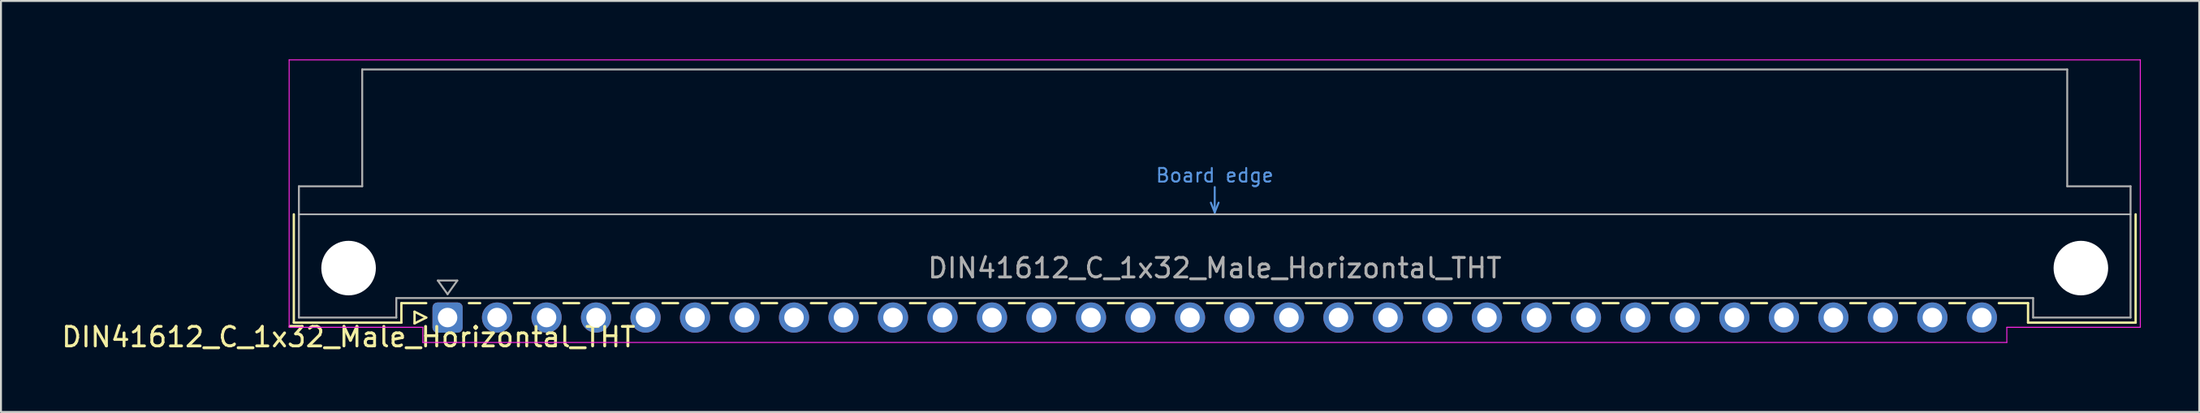
<source format=kicad_pcb>
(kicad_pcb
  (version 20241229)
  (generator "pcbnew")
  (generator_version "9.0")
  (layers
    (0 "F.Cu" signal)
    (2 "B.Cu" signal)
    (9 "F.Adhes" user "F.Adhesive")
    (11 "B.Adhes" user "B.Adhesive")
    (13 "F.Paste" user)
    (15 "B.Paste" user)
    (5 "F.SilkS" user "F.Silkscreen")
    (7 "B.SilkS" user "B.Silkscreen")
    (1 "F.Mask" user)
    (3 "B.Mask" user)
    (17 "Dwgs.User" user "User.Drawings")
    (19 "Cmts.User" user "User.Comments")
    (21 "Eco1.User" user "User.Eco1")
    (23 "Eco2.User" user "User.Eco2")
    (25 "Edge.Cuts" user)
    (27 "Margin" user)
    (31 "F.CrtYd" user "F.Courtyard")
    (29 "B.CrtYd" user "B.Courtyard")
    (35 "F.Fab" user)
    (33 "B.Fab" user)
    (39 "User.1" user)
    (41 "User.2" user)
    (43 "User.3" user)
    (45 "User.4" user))
  (footprint "DIN41612_C_1x32_Male_Horizontal_THT"
    (layer "F.Cu")
    (at 19.919 13.255)
    (property "Reference" "DIN41612_C_1x32_Male_Horizontal_THT" (at -5.08 1 0) (layer "F.SilkS") (effects (font (size 1 1) (thickness 0.15))))
    (attr through_hole)
    (fp_line (start -7.89 -5.3) (end -7.89 0.26) (stroke (width 0.12) (type solid)) (layer "F.SilkS"))
    (fp_line (start -7.89 0.26) (end -2.37 0.26) (stroke (width 0.12) (type solid)) (layer "F.SilkS"))
    (fp_line (start -2.371 -0.74) (end -1.095 -0.74) (stroke (width 0.12) (type solid)) (layer "F.SilkS"))
    (fp_line (start -2.37 0.26) (end -2.37 -0.74) (stroke (width 0.12) (type solid)) (layer "F.SilkS"))
    (fp_line (start -1.695 -0.3) (end -1.695 0.3) (stroke (width 0.12) (type solid)) (layer "F.SilkS"))
    (fp_line (start -1.695 0.3) (end -1.095 0) (stroke (width 0.12) (type solid)) (layer "F.SilkS"))
    (fp_line (start -1.095 0) (end -1.695 -0.3) (stroke (width 0.12) (type solid)) (layer "F.SilkS"))
    (fp_line (start 1.095 -0.74) (end 1.671 -0.74) (stroke (width 0.12) (type solid)) (layer "F.SilkS"))
    (fp_line (start 3.41 -0.74) (end 4.211 -0.74) (stroke (width 0.12) (type solid)) (layer "F.SilkS"))
    (fp_line (start 5.95 -0.74) (end 6.751 -0.74) (stroke (width 0.12) (type solid)) (layer "F.SilkS"))
    (fp_line (start 8.49 -0.74) (end 9.291 -0.74) (stroke (width 0.12) (type solid)) (layer "F.SilkS"))
    (fp_line (start 11.03 -0.74) (end 11.831 -0.74) (stroke (width 0.12) (type solid)) (layer "F.SilkS"))
    (fp_line (start 13.57 -0.74) (end 14.371 -0.74) (stroke (width 0.12) (type solid)) (layer "F.SilkS"))
    (fp_line (start 16.11 -0.74) (end 16.911 -0.74) (stroke (width 0.12) (type solid)) (layer "F.SilkS"))
    (fp_line (start 18.65 -0.74) (end 19.451 -0.74) (stroke (width 0.12) (type solid)) (layer "F.SilkS"))
    (fp_line (start 21.19 -0.74) (end 21.991 -0.74) (stroke (width 0.12) (type solid)) (layer "F.SilkS"))
    (fp_line (start 23.73 -0.74) (end 24.531 -0.74) (stroke (width 0.12) (type solid)) (layer "F.SilkS"))
    (fp_line (start 26.27 -0.74) (end 27.071 -0.74) (stroke (width 0.12) (type solid)) (layer "F.SilkS"))
    (fp_line (start 28.81 -0.74) (end 29.611 -0.74) (stroke (width 0.12) (type solid)) (layer "F.SilkS"))
    (fp_line (start 31.35 -0.74) (end 32.151 -0.74) (stroke (width 0.12) (type solid)) (layer "F.SilkS"))
    (fp_line (start 33.89 -0.74) (end 34.691 -0.74) (stroke (width 0.12) (type solid)) (layer "F.SilkS"))
    (fp_line (start 36.43 -0.74) (end 37.231 -0.74) (stroke (width 0.12) (type solid)) (layer "F.SilkS"))
    (fp_line (start 38.97 -0.74) (end 39.771 -0.74) (stroke (width 0.12) (type solid)) (layer "F.SilkS"))
    (fp_line (start 41.51 -0.74) (end 42.311 -0.74) (stroke (width 0.12) (type solid)) (layer "F.SilkS"))
    (fp_line (start 44.05 -0.74) (end 44.851 -0.74) (stroke (width 0.12) (type solid)) (layer "F.SilkS"))
    (fp_line (start 46.59 -0.74) (end 47.391 -0.74) (stroke (width 0.12) (type solid)) (layer "F.SilkS"))
    (fp_line (start 49.13 -0.74) (end 49.931 -0.74) (stroke (width 0.12) (type solid)) (layer "F.SilkS"))
    (fp_line (start 51.67 -0.74) (end 52.471 -0.74) (stroke (width 0.12) (type solid)) (layer "F.SilkS"))
    (fp_line (start 54.21 -0.74) (end 55.011 -0.74) (stroke (width 0.12) (type solid)) (layer "F.SilkS"))
    (fp_line (start 56.75 -0.74) (end 57.551 -0.74) (stroke (width 0.12) (type solid)) (layer "F.SilkS"))
    (fp_line (start 59.29 -0.74) (end 60.091 -0.74) (stroke (width 0.12) (type solid)) (layer "F.SilkS"))
    (fp_line (start 61.83 -0.74) (end 62.631 -0.74) (stroke (width 0.12) (type solid)) (layer "F.SilkS"))
    (fp_line (start 64.37 -0.74) (end 65.171 -0.74) (stroke (width 0.12) (type solid)) (layer "F.SilkS"))
    (fp_line (start 66.91 -0.74) (end 67.711 -0.74) (stroke (width 0.12) (type solid)) (layer "F.SilkS"))
    (fp_line (start 69.45 -0.74) (end 70.251 -0.74) (stroke (width 0.12) (type solid)) (layer "F.SilkS"))
    (fp_line (start 71.99 -0.74) (end 72.791 -0.74) (stroke (width 0.12) (type solid)) (layer "F.SilkS"))
    (fp_line (start 74.53 -0.74) (end 75.331 -0.74) (stroke (width 0.12) (type solid)) (layer "F.SilkS"))
    (fp_line (start 77.07 -0.74) (end 77.871 -0.74) (stroke (width 0.12) (type solid)) (layer "F.SilkS"))
    (fp_line (start 79.61 -0.74) (end 81.11 -0.74) (stroke (width 0.12) (type solid)) (layer "F.SilkS"))
    (fp_line (start 81.11 0.26) (end 81.11 -0.74) (stroke (width 0.12) (type solid)) (layer "F.SilkS"))
    (fp_line (start 86.63 -5.3) (end 86.63 0.26) (stroke (width 0.12) (type solid)) (layer "F.SilkS"))
    (fp_line (start 86.63 0.26) (end 81.11 0.26) (stroke (width 0.12) (type solid)) (layer "F.SilkS"))
    (fp_line (start -7.63 -5.3) (end 86.37 -5.3) (stroke (width 0.08) (type solid)) (layer "Dwgs.User"))
    (fp_line (start 39.17 -5.9) (end 39.37 -5.4) (stroke (width 0.1) (type solid)) (layer "Cmts.User"))
    (fp_line (start 39.37 -5.4) (end 39.37 -6.7) (stroke (width 0.1) (type solid)) (layer "Cmts.User"))
    (fp_line (start 39.37 -5.4) (end 39.57 -5.9) (stroke (width 0.1) (type solid)) (layer "Cmts.User"))
    (fp_line (start -8.13 -13.23) (end -8.13 0.5) (stroke (width 0.05) (type solid)) (layer "F.CrtYd"))
    (fp_line (start -8.13 0.5) (end -1.27 0.5) (stroke (width 0.05) (type solid)) (layer "F.CrtYd"))
    (fp_line (start -1.27 0.5) (end -1.27 1.28) (stroke (width 0.05) (type solid)) (layer "F.CrtYd"))
    (fp_line (start -1.27 1.28) (end 80.02 1.28) (stroke (width 0.05) (type solid)) (layer "F.CrtYd"))
    (fp_line (start 80.02 0.5) (end 86.87 0.5) (stroke (width 0.05) (type solid)) (layer "F.CrtYd"))
    (fp_line (start 80.02 1.28) (end 80.02 0.5) (stroke (width 0.05) (type solid)) (layer "F.CrtYd"))
    (fp_line (start 86.87 -13.23) (end -8.13 -13.23) (stroke (width 0.05) (type solid)) (layer "F.CrtYd"))
    (fp_line (start 86.87 0.5) (end 86.87 -13.23) (stroke (width 0.05) (type solid)) (layer "F.CrtYd"))
    (fp_line (start -7.63 -6.74) (end -7.63 0) (stroke (width 0.1) (type solid)) (layer "F.Fab"))
    (fp_line (start -7.63 0) (end -2.63 0) (stroke (width 0.1) (type solid)) (layer "F.Fab"))
    (fp_line (start -4.38 -12.74) (end -4.38 -6.74) (stroke (width 0.1) (type solid)) (layer "F.Fab"))
    (fp_line (start -4.38 -6.74) (end -7.63 -6.74) (stroke (width 0.1) (type solid)) (layer "F.Fab"))
    (fp_line (start -2.63 -1) (end 81.37 -1) (stroke (width 0.1) (type solid)) (layer "F.Fab"))
    (fp_line (start -2.63 0) (end -2.63 -1) (stroke (width 0.1) (type solid)) (layer "F.Fab"))
    (fp_line (start -0.5 -1.9) (end 0.5 -1.9) (stroke (width 0.1) (type solid)) (layer "F.Fab"))
    (fp_line (start 0 -1.2) (end -0.5 -1.9) (stroke (width 0.1) (type solid)) (layer "F.Fab"))
    (fp_line (start 0.5 -1.9) (end 0 -1.2) (stroke (width 0.1) (type solid)) (layer "F.Fab"))
    (fp_line (start 81.37 -1) (end 81.37 0) (stroke (width 0.1) (type solid)) (layer "F.Fab"))
    (fp_line (start 81.37 0) (end 86.37 0) (stroke (width 0.1) (type solid)) (layer "F.Fab"))
    (fp_line (start 83.12 -12.74) (end -4.38 -12.74) (stroke (width 0.1) (type solid)) (layer "F.Fab"))
    (fp_line (start 83.12 -6.74) (end 83.12 -12.74) (stroke (width 0.1) (type solid)) (layer "F.Fab"))
    (fp_line (start 86.37 -6.74) (end 83.12 -6.74) (stroke (width 0.1) (type solid)) (layer "F.Fab"))
    (fp_line (start 86.37 0) (end 86.37 -6.74) (stroke (width 0.1) (type solid)) (layer "F.Fab"))
    (fp_text user "Board edge" (at 39.37 -7.3 0) (layer "Cmts.User") (effects (font (size 0.7 0.7) (thickness 0.1))))
    (fp_text user "${REFERENCE}" (at 39.37 -2.54 0) (layer "F.Fab") (effects (font (size 1 1) (thickness 0.15))))
    (pad "" np_thru_hole circle (at -5.08 -2.54) (size 2.8 2.8) (drill 2.8) (layers "*.Cu" "*.Mask"))
    (pad "" np_thru_hole circle (at 83.82 -2.54) (size 2.8 2.8) (drill 2.8) (layers "*.Cu" "*.Mask"))
    (pad "a1" thru_hole roundrect (at 0 0) (size 1.55 1.55) (drill 1) (layers "*.Cu" "*.Mask") (roundrect_rratio 0.161))
    (pad "a2" thru_hole circle (at 2.54 0) (size 1.55 1.55) (drill 1) (layers "*.Cu" "*.Mask"))
    (pad "a3" thru_hole circle (at 5.08 0) (size 1.55 1.55) (drill 1) (layers "*.Cu" "*.Mask"))
    (pad "a4" thru_hole circle (at 7.62 0) (size 1.55 1.55) (drill 1) (layers "*.Cu" "*.Mask"))
    (pad "a5" thru_hole circle (at 10.16 0) (size 1.55 1.55) (drill 1) (layers "*.Cu" "*.Mask"))
    (pad "a6" thru_hole circle (at 12.7 0) (size 1.55 1.55) (drill 1) (layers "*.Cu" "*.Mask"))
    (pad "a7" thru_hole circle (at 15.24 0) (size 1.55 1.55) (drill 1) (layers "*.Cu" "*.Mask"))
    (pad "a8" thru_hole circle (at 17.78 0) (size 1.55 1.55) (drill 1) (layers "*.Cu" "*.Mask"))
    (pad "a9" thru_hole circle (at 20.32 0) (size 1.55 1.55) (drill 1) (layers "*.Cu" "*.Mask"))
    (pad "a10" thru_hole circle (at 22.86 0) (size 1.55 1.55) (drill 1) (layers "*.Cu" "*.Mask"))
    (pad "a11" thru_hole circle (at 25.4 0) (size 1.55 1.55) (drill 1) (layers "*.Cu" "*.Mask"))
    (pad "a12" thru_hole circle (at 27.94 0) (size 1.55 1.55) (drill 1) (layers "*.Cu" "*.Mask"))
    (pad "a13" thru_hole circle (at 30.48 0) (size 1.55 1.55) (drill 1) (layers "*.Cu" "*.Mask"))
    (pad "a14" thru_hole circle (at 33.02 0) (size 1.55 1.55) (drill 1) (layers "*.Cu" "*.Mask"))
    (pad "a15" thru_hole circle (at 35.56 0) (size 1.55 1.55) (drill 1) (layers "*.Cu" "*.Mask"))
    (pad "a16" thru_hole circle (at 38.1 0) (size 1.55 1.55) (drill 1) (layers "*.Cu" "*.Mask"))
    (pad "a17" thru_hole circle (at 40.64 0) (size 1.55 1.55) (drill 1) (layers "*.Cu" "*.Mask"))
    (pad "a18" thru_hole circle (at 43.18 0) (size 1.55 1.55) (drill 1) (layers "*.Cu" "*.Mask"))
    (pad "a19" thru_hole circle (at 45.72 0) (size 1.55 1.55) (drill 1) (layers "*.Cu" "*.Mask"))
    (pad "a20" thru_hole circle (at 48.26 0) (size 1.55 1.55) (drill 1) (layers "*.Cu" "*.Mask"))
    (pad "a21" thru_hole circle (at 50.8 0) (size 1.55 1.55) (drill 1) (layers "*.Cu" "*.Mask"))
    (pad "a22" thru_hole circle (at 53.34 0) (size 1.55 1.55) (drill 1) (layers "*.Cu" "*.Mask"))
    (pad "a23" thru_hole circle (at 55.88 0) (size 1.55 1.55) (drill 1) (layers "*.Cu" "*.Mask"))
    (pad "a24" thru_hole circle (at 58.42 0) (size 1.55 1.55) (drill 1) (layers "*.Cu" "*.Mask"))
    (pad "a25" thru_hole circle (at 60.96 0) (size 1.55 1.55) (drill 1) (layers "*.Cu" "*.Mask"))
    (pad "a26" thru_hole circle (at 63.5 0) (size 1.55 1.55) (drill 1) (layers "*.Cu" "*.Mask"))
    (pad "a27" thru_hole circle (at 66.04 0) (size 1.55 1.55) (drill 1) (layers "*.Cu" "*.Mask"))
    (pad "a28" thru_hole circle (at 68.58 0) (size 1.55 1.55) (drill 1) (layers "*.Cu" "*.Mask"))
    (pad "a29" thru_hole circle (at 71.12 0) (size 1.55 1.55) (drill 1) (layers "*.Cu" "*.Mask"))
    (pad "a30" thru_hole circle (at 73.66 0) (size 1.55 1.55) (drill 1) (layers "*.Cu" "*.Mask"))
    (pad "a31" thru_hole circle (at 76.2 0) (size 1.55 1.55) (drill 1) (layers "*.Cu" "*.Mask"))
    (pad "a32" thru_hole circle (at 78.74 0) (size 1.55 1.55) (drill 1) (layers "*.Cu" "*.Mask")))
  (gr_rect
    (start -3 -3)
    (end 109.814 18.103)
    (stroke (width 0.1) (type default))
    (fill no)
    (layer "Edge.Cuts")))
</source>
